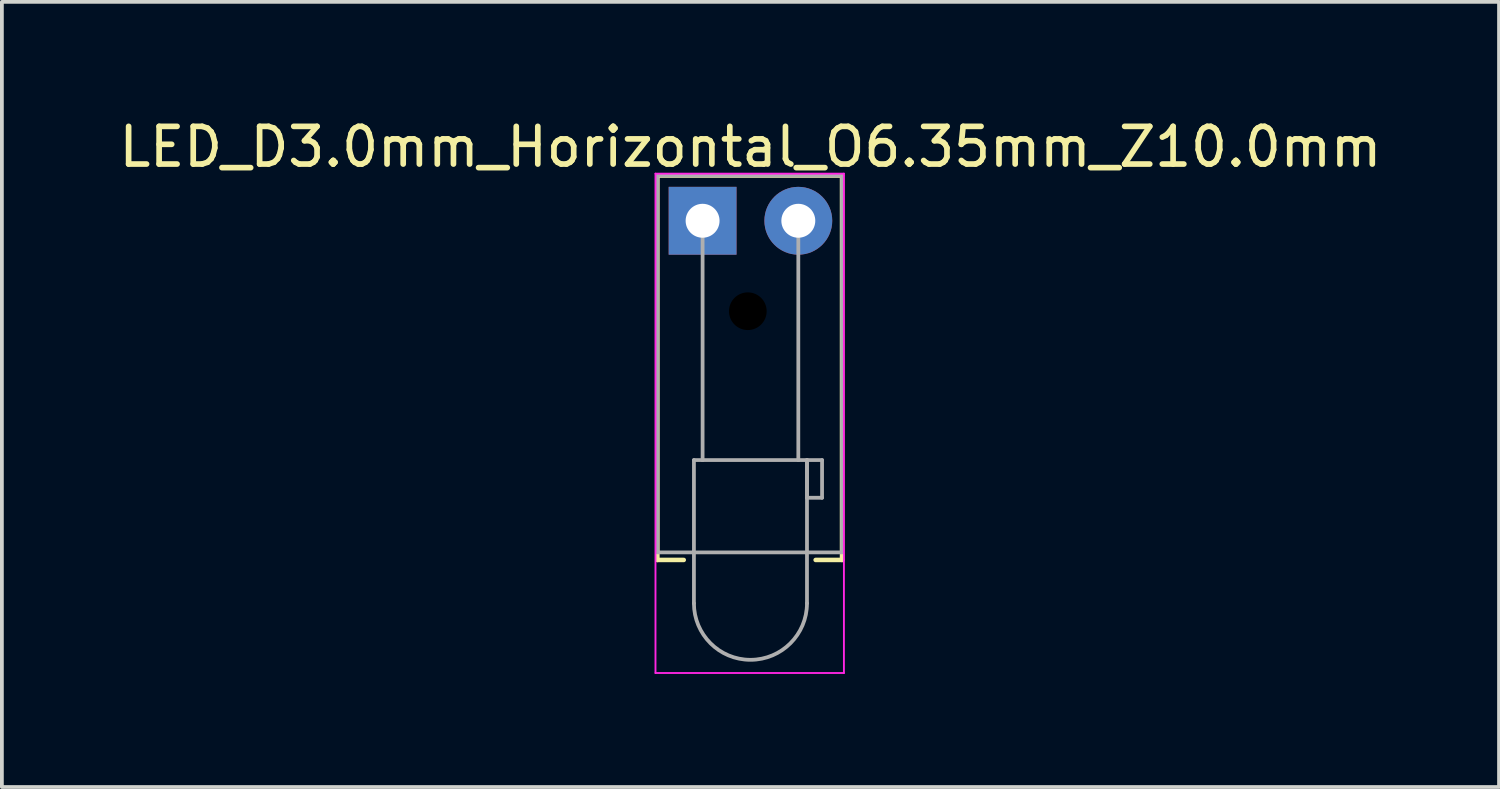
<source format=kicad_pcb>
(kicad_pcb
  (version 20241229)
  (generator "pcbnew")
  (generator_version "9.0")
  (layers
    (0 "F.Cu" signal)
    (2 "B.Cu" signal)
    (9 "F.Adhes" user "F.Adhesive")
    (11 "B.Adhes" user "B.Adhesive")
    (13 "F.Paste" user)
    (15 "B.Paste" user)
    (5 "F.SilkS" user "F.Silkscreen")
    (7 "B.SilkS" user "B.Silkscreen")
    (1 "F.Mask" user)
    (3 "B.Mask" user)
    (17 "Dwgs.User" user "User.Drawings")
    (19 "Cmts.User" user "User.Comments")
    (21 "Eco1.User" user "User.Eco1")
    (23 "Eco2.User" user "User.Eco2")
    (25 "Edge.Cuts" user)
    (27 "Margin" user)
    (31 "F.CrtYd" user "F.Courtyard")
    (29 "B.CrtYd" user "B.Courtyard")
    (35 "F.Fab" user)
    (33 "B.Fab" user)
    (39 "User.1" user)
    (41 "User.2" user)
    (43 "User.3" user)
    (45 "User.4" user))
  (footprint "LED_D3.0mm_Horizontal_O6.35mm_Z10.0mm"
    (layer "F.Cu")
    (at 15.593 2.808)
    (property "Reference" "LED_D3.0mm_Horizontal_O6.35mm_Z10.0mm" (at 1.27 -1.96 0) (layer "F.SilkS") (effects (font (size 1 1) (thickness 0.15))))
    (attr through_hole)
    (fp_line (start -1.2 -1.2) (end 3.7 -1.2) (stroke (width 0.12) (type solid)) (layer "F.SilkS"))
    (fp_line (start -1.2 9) (end -1.2 -1.2) (stroke (width 0.12) (type solid)) (layer "F.SilkS"))
    (fp_line (start -1.2 9) (end -0.5 9) (stroke (width 0.12) (type solid)) (layer "F.SilkS"))
    (fp_line (start 3.7 -1.2) (end 3.7 9) (stroke (width 0.12) (type solid)) (layer "F.SilkS"))
    (fp_line (start 3.7 9) (end 3 9) (stroke (width 0.12) (type solid)) (layer "F.SilkS"))
    (fp_line (start -1.25 -1.25) (end -1.25 12) (stroke (width 0.05) (type solid)) (layer "F.CrtYd"))
    (fp_line (start -1.25 12) (end 3.75 12) (stroke (width 0.05) (type solid)) (layer "F.CrtYd"))
    (fp_line (start 3.75 -1.25) (end -1.25 -1.25) (stroke (width 0.05) (type solid)) (layer "F.CrtYd"))
    (fp_line (start 3.75 12) (end 3.75 -1.25) (stroke (width 0.05) (type solid)) (layer "F.CrtYd"))
    (fp_line (start -0.23 6.35) (end -0.23 10.15) (stroke (width 0.1) (type solid)) (layer "F.Fab"))
    (fp_line (start -0.23 6.35) (end 2.77 6.35) (stroke (width 0.1) (type solid)) (layer "F.Fab"))
    (fp_line (start 0 0) (end 0 0) (stroke (width 0.1) (type solid)) (layer "F.Fab"))
    (fp_line (start 0 0) (end 0 6.35) (stroke (width 0.1) (type solid)) (layer "F.Fab"))
    (fp_line (start 0 6.35) (end 0 6.35) (stroke (width 0.1) (type solid)) (layer "F.Fab"))
    (fp_line (start 2.54 0) (end 2.54 0) (stroke (width 0.1) (type solid)) (layer "F.Fab"))
    (fp_line (start 2.54 0) (end 2.54 6.35) (stroke (width 0.1) (type solid)) (layer "F.Fab"))
    (fp_line (start 2.54 6.35) (end 2.54 6.35) (stroke (width 0.1) (type solid)) (layer "F.Fab"))
    (fp_line (start 2.77 6.35) (end 2.77 10.15) (stroke (width 0.1) (type solid)) (layer "F.Fab"))
    (fp_line (start 2.77 6.35) (end 3.17 6.35) (stroke (width 0.1) (type solid)) (layer "F.Fab"))
    (fp_line (start 2.77 7.35) (end 2.77 6.35) (stroke (width 0.1) (type solid)) (layer "F.Fab"))
    (fp_line (start 3.17 6.35) (end 3.17 7.35) (stroke (width 0.1) (type solid)) (layer "F.Fab"))
    (fp_line (start 3.17 7.35) (end 2.77 7.35) (stroke (width 0.1) (type solid)) (layer "F.Fab"))
    (fp_rect (start -1.2 -1.2) (end 3.7 8.8) (stroke (width 0.1) (type solid)) (fill no) (layer "F.Fab"))
    (fp_arc (start 2.77 10.15) (mid 1.27 11.65) (end -0.23 10.15) (stroke (width 0.1) (type solid)) (layer "F.Fab"))
    (pad "" np_thru_hole circle (at 1.2 2.4) (size 1 1) (drill 1) (layers "*.Mask"))
    (pad "1" thru_hole rect (at 0 0) (size 1.8 1.8) (drill 0.9) (layers "*.Cu" "*.Mask"))
    (pad "2" thru_hole circle (at 2.54 0) (size 1.8 1.8) (drill 0.9) (layers "*.Cu" "*.Mask")))
  (gr_rect
    (start -3 -3)
    (end 36.726 17.833)
    (stroke (width 0.1) (type default))
    (fill no)
    (layer "Edge.Cuts")))
</source>
